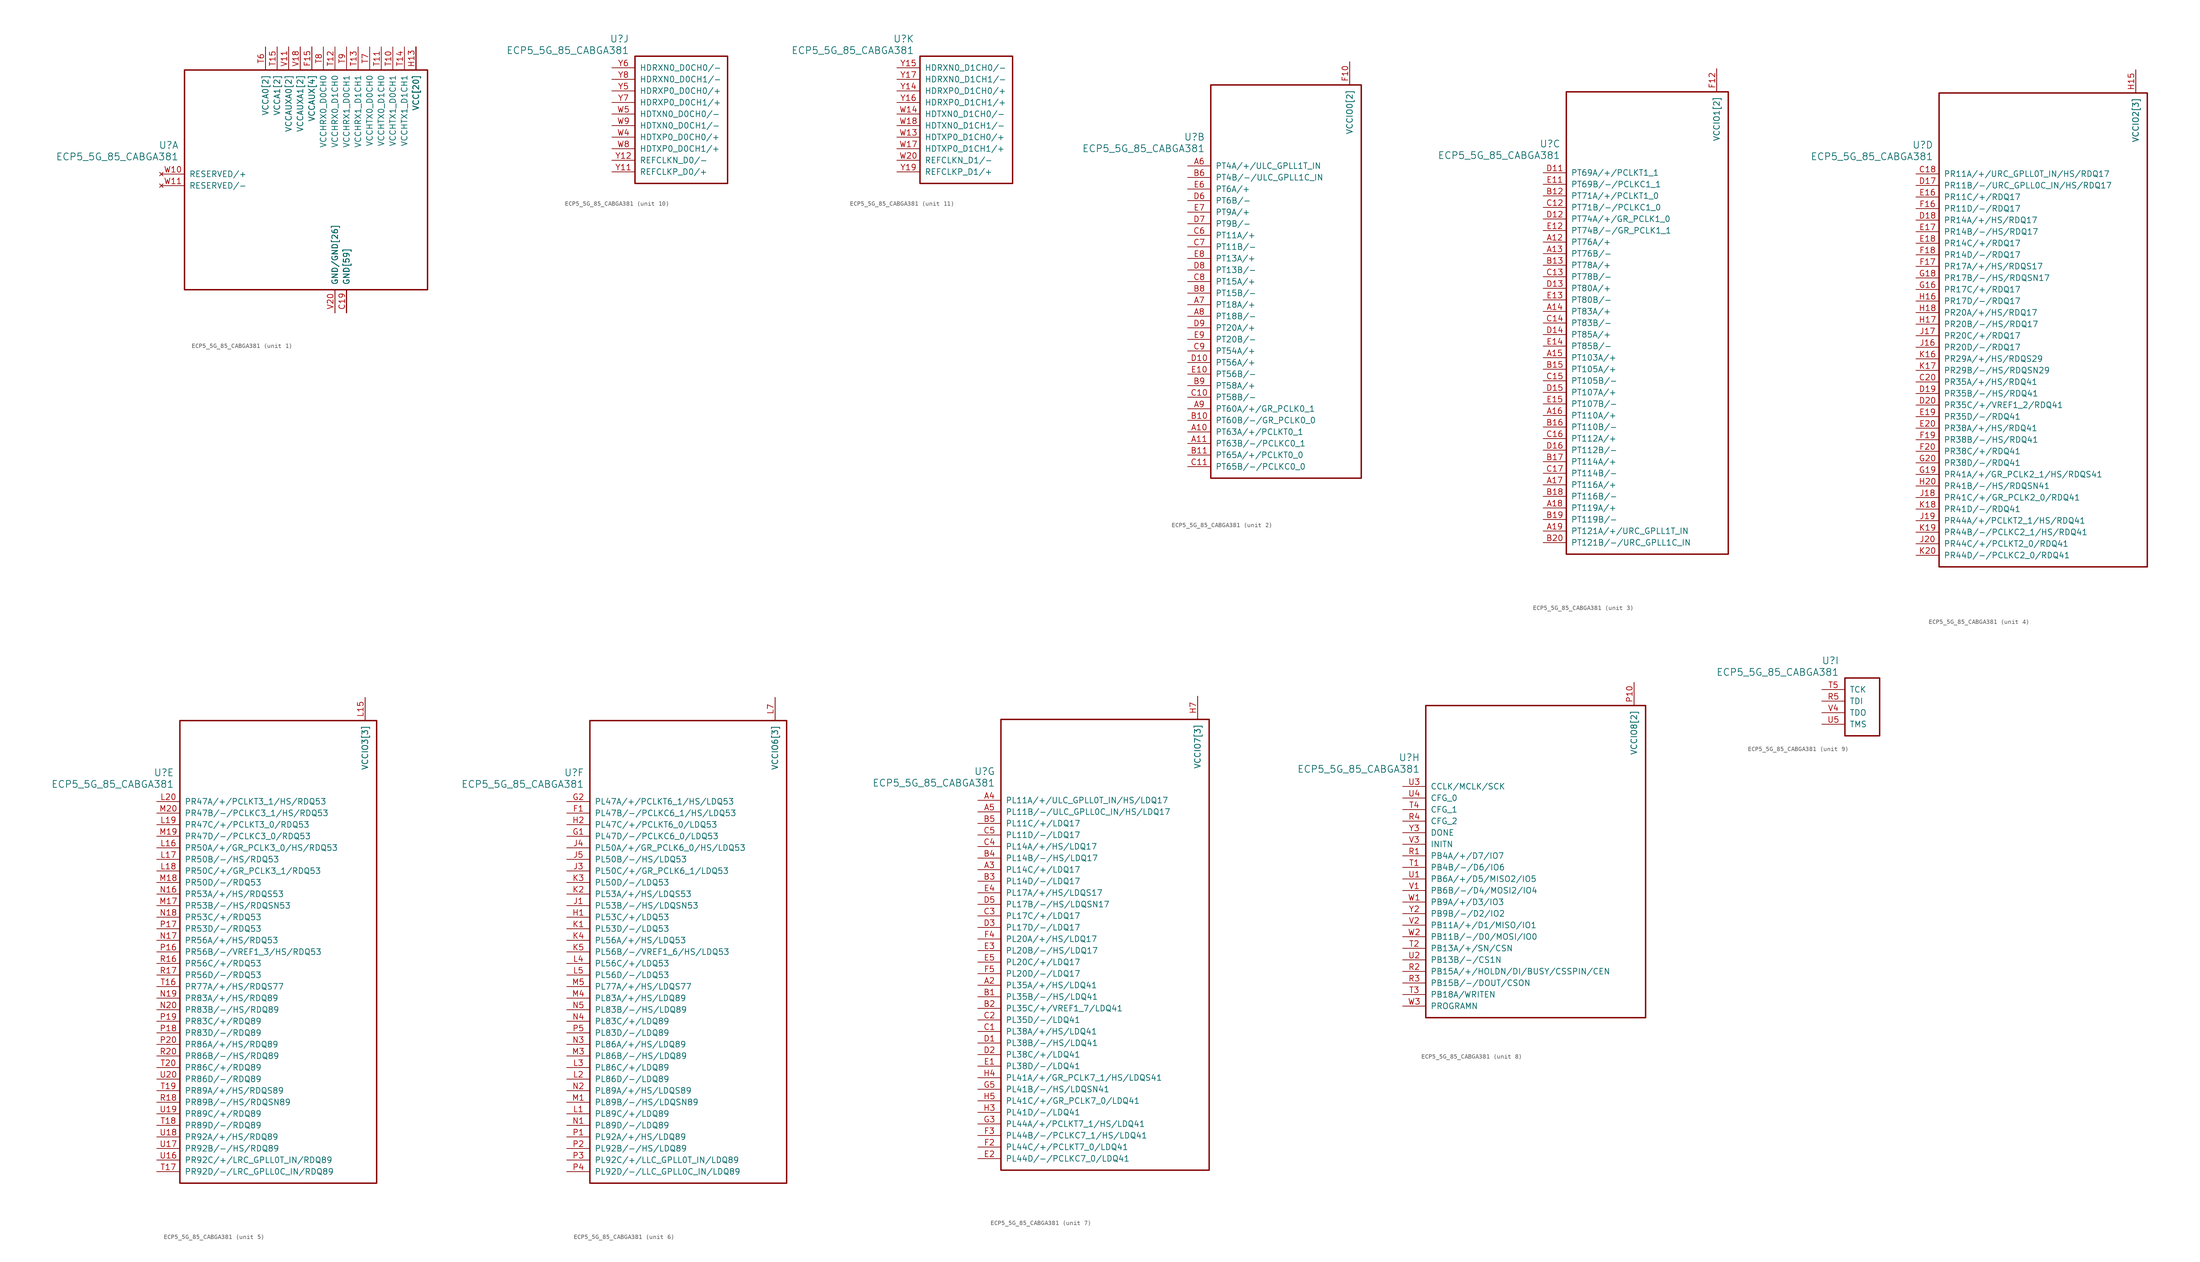
<source format=kicad_sym>
(kicad_symbol_lib
  (version 20211014)
  (generator kicad_symbol_editor)
  (symbol "ECP5_5G_85_CABGA381"
    (pin_names
      (offset 1.016))
    (property "Reference" "U"
      (at 3.81 6.35 0)
      (effects (font (size 1.524 1.524)) (justify right)))
    (property "Value" "ECP5_5G_85_CABGA381"
      (at 3.81 3.81 0)
      (effects (font (size 1.524 1.524)) (justify right)))
    (property "ki_locked" ""
      (at 0 0 0)
      (effects (font (size 1.27 1.27))))
    (symbol "ECP5_5G_85_CABGA381_1_1"
      (rectangle (start 5.08 22.86) (end 58.42 -25.4) (stroke (width 0.305) (type default) (color 0 0 0 0)) (fill (type none)))
      (pin power_in line (at 40.64 -30.48 90) (length 5.08) (name "GND[59]" (effects (font (size 1.27 1.27)))) (number "B14" (effects (font (size 0 0)))))
      (pin power_in line (at 40.64 -30.48 90) (length 5.08) (name "GND[59]" (effects (font (size 1.27 1.27)))) (number "B7" (effects (font (size 0 0)))))
      (pin power_in line (at 40.64 -30.48 90) (length 5.08) (name "GND[59]" (effects (font (size 1.27 1.27)))) (number "C19" (effects (font (size 1.27 1.27)))))
      (pin power_in line (at 40.64 -30.48 90) (length 5.08) (name "GND[59]" (effects (font (size 1.27 1.27)))) (number "D4" (effects (font (size 0 0)))))
      (pin power_in line (at 40.64 -30.48 90) (length 5.08) (name "GND[59]" (effects (font (size 1.27 1.27)))) (number "F13" (effects (font (size 0 0)))))
      (pin power_in line (at 40.64 -30.48 90) (length 5.08) (name "GND[59]" (effects (font (size 1.27 1.27)))) (number "F14" (effects (font (size 0 0)))))
      (pin power_in line (at 33.02 27.94 270) (length 5.08) (name "VCCAUX[4]" (effects (font (size 1.27 1.27)))) (number "F15" (effects (font (size 1.27 1.27)))))
      (pin power_in line (at 33.02 27.94 270) (length 5.08) (name "VCCAUX[4]" (effects (font (size 1.27 1.27)))) (number "F6" (effects (font (size 0 0)))))
      (pin power_in line (at 40.64 -30.48 90) (length 5.08) (name "GND[59]" (effects (font (size 1.27 1.27)))) (number "F7" (effects (font (size 0 0)))))
      (pin power_in line (at 40.64 -30.48 90) (length 5.08) (name "GND[59]" (effects (font (size 1.27 1.27)))) (number "F8" (effects (font (size 0 0)))))
      (pin power_in line (at 40.64 -30.48 90) (length 5.08) (name "GND[59]" (effects (font (size 1.27 1.27)))) (number "G10" (effects (font (size 0 0)))))
      (pin power_in line (at 40.64 -30.48 90) (length 5.08) (name "GND[59]" (effects (font (size 1.27 1.27)))) (number "G11" (effects (font (size 0 0)))))
      (pin power_in line (at 40.64 -30.48 90) (length 5.08) (name "GND[59]" (effects (font (size 1.27 1.27)))) (number "G12" (effects (font (size 0 0)))))
      (pin power_in line (at 40.64 -30.48 90) (length 5.08) (name "GND[59]" (effects (font (size 1.27 1.27)))) (number "G13" (effects (font (size 0 0)))))
      (pin power_in line (at 40.64 -30.48 90) (length 5.08) (name "GND[59]" (effects (font (size 1.27 1.27)))) (number "G14" (effects (font (size 0 0)))))
      (pin power_in line (at 40.64 -30.48 90) (length 5.08) (name "GND[59]" (effects (font (size 1.27 1.27)))) (number "G15" (effects (font (size 0 0)))))
      (pin power_in line (at 40.64 -30.48 90) (length 5.08) (name "GND[59]" (effects (font (size 1.27 1.27)))) (number "G17" (effects (font (size 0 0)))))
      (pin power_in line (at 40.64 -30.48 90) (length 5.08) (name "GND[59]" (effects (font (size 1.27 1.27)))) (number "G4" (effects (font (size 0 0)))))
      (pin power_in line (at 40.64 -30.48 90) (length 5.08) (name "GND[59]" (effects (font (size 1.27 1.27)))) (number "G6" (effects (font (size 0 0)))))
      (pin power_in line (at 40.64 -30.48 90) (length 5.08) (name "GND[59]" (effects (font (size 1.27 1.27)))) (number "G7" (effects (font (size 0 0)))))
      (pin power_in line (at 40.64 -30.48 90) (length 5.08) (name "GND[59]" (effects (font (size 1.27 1.27)))) (number "G8" (effects (font (size 0 0)))))
      (pin power_in line (at 40.64 -30.48 90) (length 5.08) (name "GND[59]" (effects (font (size 1.27 1.27)))) (number "G9" (effects (font (size 0 0)))))
      (pin power_in line (at 55.88 27.94 270) (length 5.08) (name "VCC[20]" (effects (font (size 1.27 1.27)))) (number "H10" (effects (font (size 0 0)))))
      (pin power_in line (at 55.88 27.94 270) (length 5.08) (name "VCC[20]" (effects (font (size 1.27 1.27)))) (number "H11" (effects (font (size 0 0)))))
      (pin power_in line (at 55.88 27.94 270) (length 5.08) (name "VCC[20]" (effects (font (size 1.27 1.27)))) (number "H12" (effects (font (size 0 0)))))
      (pin power_in line (at 55.88 27.94 270) (length 5.08) (name "VCC[20]" (effects (font (size 1.27 1.27)))) (number "H13" (effects (font (size 1.27 1.27)))))
      (pin power_in line (at 40.64 -30.48 90) (length 5.08) (name "GND[59]" (effects (font (size 1.27 1.27)))) (number "H19" (effects (font (size 0 0)))))
      (pin power_in line (at 55.88 27.94 270) (length 5.08) (name "VCC[20]" (effects (font (size 1.27 1.27)))) (number "H8" (effects (font (size 0 0)))))
      (pin power_in line (at 55.88 27.94 270) (length 5.08) (name "VCC[20]" (effects (font (size 1.27 1.27)))) (number "H9" (effects (font (size 0 0)))))
      (pin power_in line (at 40.64 -30.48 90) (length 5.08) (name "GND[59]" (effects (font (size 1.27 1.27)))) (number "J10" (effects (font (size 0 0)))))
      (pin power_in line (at 40.64 -30.48 90) (length 5.08) (name "GND[59]" (effects (font (size 1.27 1.27)))) (number "J11" (effects (font (size 0 0)))))
      (pin power_in line (at 40.64 -30.48 90) (length 5.08) (name "GND[59]" (effects (font (size 1.27 1.27)))) (number "J12" (effects (font (size 0 0)))))
      (pin power_in line (at 55.88 27.94 270) (length 5.08) (name "VCC[20]" (effects (font (size 1.27 1.27)))) (number "J13" (effects (font (size 0 0)))))
      (pin power_in line (at 40.64 -30.48 90) (length 5.08) (name "GND[59]" (effects (font (size 1.27 1.27)))) (number "J14" (effects (font (size 0 0)))))
      (pin power_in line (at 40.64 -30.48 90) (length 5.08) (name "GND[59]" (effects (font (size 1.27 1.27)))) (number "J2" (effects (font (size 0 0)))))
      (pin power_in line (at 40.64 -30.48 90) (length 5.08) (name "GND[59]" (effects (font (size 1.27 1.27)))) (number "J7" (effects (font (size 0 0)))))
      (pin power_in line (at 55.88 27.94 270) (length 5.08) (name "VCC[20]" (effects (font (size 1.27 1.27)))) (number "J8" (effects (font (size 0 0)))))
      (pin power_in line (at 40.64 -30.48 90) (length 5.08) (name "GND[59]" (effects (font (size 1.27 1.27)))) (number "J9" (effects (font (size 0 0)))))
      (pin power_in line (at 40.64 -30.48 90) (length 5.08) (name "GND[59]" (effects (font (size 1.27 1.27)))) (number "K10" (effects (font (size 0 0)))))
      (pin power_in line (at 40.64 -30.48 90) (length 5.08) (name "GND[59]" (effects (font (size 1.27 1.27)))) (number "K11" (effects (font (size 0 0)))))
      (pin power_in line (at 40.64 -30.48 90) (length 5.08) (name "GND[59]" (effects (font (size 1.27 1.27)))) (number "K12" (effects (font (size 0 0)))))
      (pin power_in line (at 55.88 27.94 270) (length 5.08) (name "VCC[20]" (effects (font (size 1.27 1.27)))) (number "K13" (effects (font (size 0 0)))))
      (pin power_in line (at 40.64 -30.48 90) (length 5.08) (name "GND[59]" (effects (font (size 1.27 1.27)))) (number "K14" (effects (font (size 0 0)))))
      (pin power_in line (at 40.64 -30.48 90) (length 5.08) (name "GND[59]" (effects (font (size 1.27 1.27)))) (number "K15" (effects (font (size 0 0)))))
      (pin power_in line (at 40.64 -30.48 90) (length 5.08) (name "GND[59]" (effects (font (size 1.27 1.27)))) (number "K6" (effects (font (size 0 0)))))
      (pin power_in line (at 40.64 -30.48 90) (length 5.08) (name "GND[59]" (effects (font (size 1.27 1.27)))) (number "K7" (effects (font (size 0 0)))))
      (pin power_in line (at 55.88 27.94 270) (length 5.08) (name "VCC[20]" (effects (font (size 1.27 1.27)))) (number "K8" (effects (font (size 0 0)))))
      (pin power_in line (at 40.64 -30.48 90) (length 5.08) (name "GND[59]" (effects (font (size 1.27 1.27)))) (number "K9" (effects (font (size 0 0)))))
      (pin power_in line (at 40.64 -30.48 90) (length 5.08) (name "GND[59]" (effects (font (size 1.27 1.27)))) (number "L10" (effects (font (size 0 0)))))
      (pin power_in line (at 40.64 -30.48 90) (length 5.08) (name "GND[59]" (effects (font (size 1.27 1.27)))) (number "L11" (effects (font (size 0 0)))))
      (pin power_in line (at 40.64 -30.48 90) (length 5.08) (name "GND[59]" (effects (font (size 1.27 1.27)))) (number "L12" (effects (font (size 0 0)))))
      (pin power_in line (at 55.88 27.94 270) (length 5.08) (name "VCC[20]" (effects (font (size 1.27 1.27)))) (number "L13" (effects (font (size 0 0)))))
      (pin power_in line (at 55.88 27.94 270) (length 5.08) (name "VCC[20]" (effects (font (size 1.27 1.27)))) (number "L8" (effects (font (size 0 0)))))
      (pin power_in line (at 40.64 -30.48 90) (length 5.08) (name "GND[59]" (effects (font (size 1.27 1.27)))) (number "L9" (effects (font (size 0 0)))))
      (pin power_in line (at 40.64 -30.48 90) (length 5.08) (name "GND[59]" (effects (font (size 1.27 1.27)))) (number "M10" (effects (font (size 0 0)))))
      (pin power_in line (at 40.64 -30.48 90) (length 5.08) (name "GND[59]" (effects (font (size 1.27 1.27)))) (number "M11" (effects (font (size 0 0)))))
      (pin power_in line (at 40.64 -30.48 90) (length 5.08) (name "GND[59]" (effects (font (size 1.27 1.27)))) (number "M12" (effects (font (size 0 0)))))
      (pin power_in line (at 55.88 27.94 270) (length 5.08) (name "VCC[20]" (effects (font (size 1.27 1.27)))) (number "M13" (effects (font (size 0 0)))))
      (pin power_in line (at 40.64 -30.48 90) (length 5.08) (name "GND[59]" (effects (font (size 1.27 1.27)))) (number "M14" (effects (font (size 0 0)))))
      (pin power_in line (at 40.64 -30.48 90) (length 5.08) (name "GND[59]" (effects (font (size 1.27 1.27)))) (number "M16" (effects (font (size 0 0)))))
      (pin power_in line (at 40.64 -30.48 90) (length 5.08) (name "GND[59]" (effects (font (size 1.27 1.27)))) (number "M2" (effects (font (size 0 0)))))
      (pin power_in line (at 40.64 -30.48 90) (length 5.08) (name "GND[59]" (effects (font (size 1.27 1.27)))) (number "M7" (effects (font (size 0 0)))))
      (pin power_in line (at 55.88 27.94 270) (length 5.08) (name "VCC[20]" (effects (font (size 1.27 1.27)))) (number "M8" (effects (font (size 0 0)))))
      (pin power_in line (at 40.64 -30.48 90) (length 5.08) (name "GND[59]" (effects (font (size 1.27 1.27)))) (number "M9" (effects (font (size 0 0)))))
      (pin power_in line (at 55.88 27.94 270) (length 5.08) (name "VCC[20]" (effects (font (size 1.27 1.27)))) (number "N10" (effects (font (size 0 0)))))
      (pin power_in line (at 55.88 27.94 270) (length 5.08) (name "VCC[20]" (effects (font (size 1.27 1.27)))) (number "N11" (effects (font (size 0 0)))))
      (pin power_in line (at 55.88 27.94 270) (length 5.08) (name "VCC[20]" (effects (font (size 1.27 1.27)))) (number "N12" (effects (font (size 0 0)))))
      (pin power_in line (at 55.88 27.94 270) (length 5.08) (name "VCC[20]" (effects (font (size 1.27 1.27)))) (number "N13" (effects (font (size 0 0)))))
      (pin power_in line (at 40.64 -30.48 90) (length 5.08) (name "GND[59]" (effects (font (size 1.27 1.27)))) (number "N14" (effects (font (size 0 0)))))
      (pin power_in line (at 40.64 -30.48 90) (length 5.08) (name "GND[59]" (effects (font (size 1.27 1.27)))) (number "N15" (effects (font (size 0 0)))))
      (pin power_in line (at 40.64 -30.48 90) (length 5.08) (name "GND[59]" (effects (font (size 1.27 1.27)))) (number "N6" (effects (font (size 0 0)))))
      (pin power_in line (at 40.64 -30.48 90) (length 5.08) (name "GND[59]" (effects (font (size 1.27 1.27)))) (number "N7" (effects (font (size 0 0)))))
      (pin power_in line (at 55.88 27.94 270) (length 5.08) (name "VCC[20]" (effects (font (size 1.27 1.27)))) (number "N8" (effects (font (size 0 0)))))
      (pin power_in line (at 55.88 27.94 270) (length 5.08) (name "VCC[20]" (effects (font (size 1.27 1.27)))) (number "N9" (effects (font (size 0 0)))))
      (pin power_in line (at 40.64 -30.48 90) (length 5.08) (name "GND[59]" (effects (font (size 1.27 1.27)))) (number "P11" (effects (font (size 0 0)))))
      (pin power_in line (at 40.64 -30.48 90) (length 5.08) (name "GND[59]" (effects (font (size 1.27 1.27)))) (number "P12" (effects (font (size 0 0)))))
      (pin power_in line (at 40.64 -30.48 90) (length 5.08) (name "GND[59]" (effects (font (size 1.27 1.27)))) (number "P13" (effects (font (size 0 0)))))
      (pin power_in line (at 40.64 -30.48 90) (length 5.08) (name "GND[59]" (effects (font (size 1.27 1.27)))) (number "P14" (effects (font (size 0 0)))))
      (pin power_in line (at 33.02 27.94 270) (length 5.08) (name "VCCAUX[4]" (effects (font (size 1.27 1.27)))) (number "P15" (effects (font (size 0 0)))))
      (pin power_in line (at 33.02 27.94 270) (length 5.08) (name "VCCAUX[4]" (effects (font (size 1.27 1.27)))) (number "P6" (effects (font (size 0 0)))))
      (pin power_in line (at 40.64 -30.48 90) (length 5.08) (name "GND[59]" (effects (font (size 1.27 1.27)))) (number "P7" (effects (font (size 0 0)))))
      (pin power_in line (at 40.64 -30.48 90) (length 5.08) (name "GND[59]" (effects (font (size 1.27 1.27)))) (number "P8" (effects (font (size 0 0)))))
      (pin power_in line (at 40.64 -30.48 90) (length 5.08) (name "GND[59]" (effects (font (size 1.27 1.27)))) (number "R19" (effects (font (size 0 0)))))
      (pin power_in line (at 50.8 27.94 270) (length 5.08) (name "VCCHTX1_D0CH1" (effects (font (size 1.27 1.27)))) (number "T10" (effects (font (size 1.27 1.27)))))
      (pin power_in line (at 48.26 27.94 270) (length 5.08) (name "VCCHTX0_D1CH0" (effects (font (size 1.27 1.27)))) (number "T11" (effects (font (size 1.27 1.27)))))
      (pin power_in line (at 38.1 27.94 270) (length 5.08) (name "VCCHRX0_D1CH0" (effects (font (size 1.27 1.27)))) (number "T12" (effects (font (size 1.27 1.27)))))
      (pin power_in line (at 43.18 27.94 270) (length 5.08) (name "VCCHRX1_D1CH1" (effects (font (size 1.27 1.27)))) (number "T13" (effects (font (size 1.27 1.27)))))
      (pin power_in line (at 53.34 27.94 270) (length 5.08) (name "VCCHTX1_D1CH1" (effects (font (size 1.27 1.27)))) (number "T14" (effects (font (size 1.27 1.27)))))
      (pin power_in line (at 25.4 27.94 270) (length 5.08) (name "VCCA1[2]" (effects (font (size 1.27 1.27)))) (number "T15" (effects (font (size 1.27 1.27)))))
      (pin power_in line (at 22.86 27.94 270) (length 5.08) (name "VCCA0[2]" (effects (font (size 1.27 1.27)))) (number "T6" (effects (font (size 1.27 1.27)))))
      (pin power_in line (at 45.72 27.94 270) (length 5.08) (name "VCCHTX0_D0CH0" (effects (font (size 1.27 1.27)))) (number "T7" (effects (font (size 1.27 1.27)))))
      (pin power_in line (at 35.56 27.94 270) (length 5.08) (name "VCCHRX0_D0CH0" (effects (font (size 1.27 1.27)))) (number "T8" (effects (font (size 1.27 1.27)))))
      (pin power_in line (at 40.64 27.94 270) (length 5.08) (name "VCCHRX1_D0CH1" (effects (font (size 1.27 1.27)))) (number "T9" (effects (font (size 1.27 1.27)))))
      (pin power_in line (at 38.1 -30.48 90) (length 5.08) (name "GND/GND[26]" (effects (font (size 1.27 1.27)))) (number "U10" (effects (font (size 0 0)))))
      (pin power_in line (at 38.1 -30.48 90) (length 5.08) (name "GND/GND[26]" (effects (font (size 1.27 1.27)))) (number "U11" (effects (font (size 0 0)))))
      (pin power_in line (at 38.1 -30.48 90) (length 5.08) (name "GND/GND[26]" (effects (font (size 1.27 1.27)))) (number "U12" (effects (font (size 0 0)))))
      (pin power_in line (at 38.1 -30.48 90) (length 5.08) (name "GND/GND[26]" (effects (font (size 1.27 1.27)))) (number "U13" (effects (font (size 0 0)))))
      (pin power_in line (at 38.1 -30.48 90) (length 5.08) (name "GND/GND[26]" (effects (font (size 1.27 1.27)))) (number "U14" (effects (font (size 0 0)))))
      (pin power_in line (at 25.4 27.94 270) (length 5.08) (name "VCCA1[2]" (effects (font (size 1.27 1.27)))) (number "U15" (effects (font (size 0 0)))))
      (pin power_in line (at 22.86 27.94 270) (length 5.08) (name "VCCA0[2]" (effects (font (size 1.27 1.27)))) (number "U6" (effects (font (size 0 0)))))
      (pin power_in line (at 38.1 -30.48 90) (length 5.08) (name "GND/GND[26]" (effects (font (size 1.27 1.27)))) (number "U7" (effects (font (size 0 0)))))
      (pin power_in line (at 38.1 -30.48 90) (length 5.08) (name "GND/GND[26]" (effects (font (size 1.27 1.27)))) (number "U8" (effects (font (size 0 0)))))
      (pin power_in line (at 38.1 -30.48 90) (length 5.08) (name "GND/GND[26]" (effects (font (size 1.27 1.27)))) (number "U9" (effects (font (size 0 0)))))
      (pin power_in line (at 27.94 27.94 270) (length 5.08) (name "VCCAUXA0[2]" (effects (font (size 1.27 1.27)))) (number "V10" (effects (font (size 0 0)))))
      (pin power_in line (at 27.94 27.94 270) (length 5.08) (name "VCCAUXA0[2]" (effects (font (size 1.27 1.27)))) (number "V11" (effects (font (size 1.27 1.27)))))
      (pin power_in line (at 38.1 -30.48 90) (length 5.08) (name "GND/GND[26]" (effects (font (size 1.27 1.27)))) (number "V12" (effects (font (size 0 0)))))
      (pin power_in line (at 38.1 -30.48 90) (length 5.08) (name "GND/GND[26]" (effects (font (size 1.27 1.27)))) (number "V13" (effects (font (size 0 0)))))
      (pin power_in line (at 38.1 -30.48 90) (length 5.08) (name "GND/GND[26]" (effects (font (size 1.27 1.27)))) (number "V14" (effects (font (size 0 0)))))
      (pin power_in line (at 38.1 -30.48 90) (length 5.08) (name "GND/GND[26]" (effects (font (size 1.27 1.27)))) (number "V15" (effects (font (size 0 0)))))
      (pin power_in line (at 38.1 -30.48 90) (length 5.08) (name "GND/GND[26]" (effects (font (size 1.27 1.27)))) (number "V16" (effects (font (size 0 0)))))
      (pin power_in line (at 30.48 27.94 270) (length 5.08) (name "VCCAUXA1[2]" (effects (font (size 1.27 1.27)))) (number "V17" (effects (font (size 0 0)))))
      (pin power_in line (at 30.48 27.94 270) (length 5.08) (name "VCCAUXA1[2]" (effects (font (size 1.27 1.27)))) (number "V18" (effects (font (size 1.27 1.27)))))
      (pin power_in line (at 38.1 -30.48 90) (length 5.08) (name "GND/GND[26]" (effects (font (size 1.27 1.27)))) (number "V19" (effects (font (size 0 0)))))
      (pin power_in line (at 38.1 -30.48 90) (length 5.08) (name "GND/GND[26]" (effects (font (size 1.27 1.27)))) (number "V20" (effects (font (size 1.27 1.27)))))
      (pin power_in line (at 38.1 -30.48 90) (length 5.08) (name "GND/GND[26]" (effects (font (size 1.27 1.27)))) (number "V5" (effects (font (size 0 0)))))
      (pin power_in line (at 38.1 -30.48 90) (length 5.08) (name "GND/GND[26]" (effects (font (size 1.27 1.27)))) (number "V6" (effects (font (size 0 0)))))
      (pin power_in line (at 38.1 -30.48 90) (length 5.08) (name "GND/GND[26]" (effects (font (size 1.27 1.27)))) (number "V7" (effects (font (size 0 0)))))
      (pin power_in line (at 38.1 -30.48 90) (length 5.08) (name "GND/GND[26]" (effects (font (size 1.27 1.27)))) (number "V8" (effects (font (size 0 0)))))
      (pin power_in line (at 38.1 -30.48 90) (length 5.08) (name "GND/GND[26]" (effects (font (size 1.27 1.27)))) (number "V9" (effects (font (size 0 0)))))
      (pin no_connect line (at 0 0 0) (length 5.08) (name "RESERVED/+" (effects (font (size 1.27 1.27)))) (number "W10" (effects (font (size 1.27 1.27)))))
      (pin no_connect line (at 0 -2.54 0) (length 5.08) (name "RESERVED/-" (effects (font (size 1.27 1.27)))) (number "W11" (effects (font (size 1.27 1.27)))))
      (pin power_in line (at 38.1 -30.48 90) (length 5.08) (name "GND/GND[26]" (effects (font (size 1.27 1.27)))) (number "W12" (effects (font (size 0 0)))))
      (pin power_in line (at 38.1 -30.48 90) (length 5.08) (name "GND/GND[26]" (effects (font (size 1.27 1.27)))) (number "W15" (effects (font (size 0 0)))))
      (pin power_in line (at 38.1 -30.48 90) (length 5.08) (name "GND/GND[26]" (effects (font (size 1.27 1.27)))) (number "W16" (effects (font (size 0 0)))))
      (pin power_in line (at 38.1 -30.48 90) (length 5.08) (name "GND/GND[26]" (effects (font (size 1.27 1.27)))) (number "W19" (effects (font (size 0 0)))))
      (pin power_in line (at 38.1 -30.48 90) (length 5.08) (name "GND/GND[26]" (effects (font (size 1.27 1.27)))) (number "W6" (effects (font (size 0 0)))))
      (pin power_in line (at 38.1 -30.48 90) (length 5.08) (name "GND/GND[26]" (effects (font (size 1.27 1.27)))) (number "W7" (effects (font (size 0 0))))))
    (symbol "ECP5_5G_85_CABGA381_2_1"
      (rectangle (start 5.08 17.78) (end 38.1 -68.58) (stroke (width 0.305) (type default) (color 0 0 0 0)) (fill (type none)))
      (pin bidirectional line (at 0 -58.42 0) (length 5.08) (name "PT63A/+/PCLKT0_1" (effects (font (size 1.27 1.27)))) (number "A10" (effects (font (size 1.27 1.27)))))
      (pin bidirectional line (at 0 -60.96 0) (length 5.08) (name "PT63B/-/PCLKC0_1" (effects (font (size 1.27 1.27)))) (number "A11" (effects (font (size 1.27 1.27)))))
      (pin bidirectional line (at 0 0 0) (length 5.08) (name "PT4A/+/ULC_GPLL1T_IN" (effects (font (size 1.27 1.27)))) (number "A6" (effects (font (size 1.27 1.27)))))
      (pin bidirectional line (at 0 -30.48 0) (length 5.08) (name "PT18A/+" (effects (font (size 1.27 1.27)))) (number "A7" (effects (font (size 1.27 1.27)))))
      (pin bidirectional line (at 0 -33.02 0) (length 5.08) (name "PT18B/-" (effects (font (size 1.27 1.27)))) (number "A8" (effects (font (size 1.27 1.27)))))
      (pin bidirectional line (at 0 -53.34 0) (length 5.08) (name "PT60A/+/GR_PCLK0_1" (effects (font (size 1.27 1.27)))) (number "A9" (effects (font (size 1.27 1.27)))))
      (pin bidirectional line (at 0 -55.88 0) (length 5.08) (name "PT60B/-/GR_PCLK0_0" (effects (font (size 1.27 1.27)))) (number "B10" (effects (font (size 1.27 1.27)))))
      (pin bidirectional line (at 0 -63.5 0) (length 5.08) (name "PT65A/+/PCLKT0_0" (effects (font (size 1.27 1.27)))) (number "B11" (effects (font (size 1.27 1.27)))))
      (pin bidirectional line (at 0 -2.54 0) (length 5.08) (name "PT4B/-/ULC_GPLL1C_IN" (effects (font (size 1.27 1.27)))) (number "B6" (effects (font (size 1.27 1.27)))))
      (pin bidirectional line (at 0 -27.94 0) (length 5.08) (name "PT15B/-" (effects (font (size 1.27 1.27)))) (number "B8" (effects (font (size 1.27 1.27)))))
      (pin bidirectional line (at 0 -48.26 0) (length 5.08) (name "PT58A/+" (effects (font (size 1.27 1.27)))) (number "B9" (effects (font (size 1.27 1.27)))))
      (pin bidirectional line (at 0 -50.8 0) (length 5.08) (name "PT58B/-" (effects (font (size 1.27 1.27)))) (number "C10" (effects (font (size 1.27 1.27)))))
      (pin bidirectional line (at 0 -66.04 0) (length 5.08) (name "PT65B/-/PCLKC0_0" (effects (font (size 1.27 1.27)))) (number "C11" (effects (font (size 1.27 1.27)))))
      (pin bidirectional line (at 0 -15.24 0) (length 5.08) (name "PT11A/+" (effects (font (size 1.27 1.27)))) (number "C6" (effects (font (size 1.27 1.27)))))
      (pin bidirectional line (at 0 -17.78 0) (length 5.08) (name "PT11B/-" (effects (font (size 1.27 1.27)))) (number "C7" (effects (font (size 1.27 1.27)))))
      (pin bidirectional line (at 0 -25.4 0) (length 5.08) (name "PT15A/+" (effects (font (size 1.27 1.27)))) (number "C8" (effects (font (size 1.27 1.27)))))
      (pin bidirectional line (at 0 -40.64 0) (length 5.08) (name "PT54A/+" (effects (font (size 1.27 1.27)))) (number "C9" (effects (font (size 1.27 1.27)))))
      (pin bidirectional line (at 0 -43.18 0) (length 5.08) (name "PT56A/+" (effects (font (size 1.27 1.27)))) (number "D10" (effects (font (size 1.27 1.27)))))
      (pin bidirectional line (at 0 -7.62 0) (length 5.08) (name "PT6B/-" (effects (font (size 1.27 1.27)))) (number "D6" (effects (font (size 1.27 1.27)))))
      (pin bidirectional line (at 0 -12.7 0) (length 5.08) (name "PT9B/-" (effects (font (size 1.27 1.27)))) (number "D7" (effects (font (size 1.27 1.27)))))
      (pin bidirectional line (at 0 -22.86 0) (length 5.08) (name "PT13B/-" (effects (font (size 1.27 1.27)))) (number "D8" (effects (font (size 1.27 1.27)))))
      (pin bidirectional line (at 0 -35.56 0) (length 5.08) (name "PT20A/+" (effects (font (size 1.27 1.27)))) (number "D9" (effects (font (size 1.27 1.27)))))
      (pin bidirectional line (at 0 -45.72 0) (length 5.08) (name "PT56B/-" (effects (font (size 1.27 1.27)))) (number "E10" (effects (font (size 1.27 1.27)))))
      (pin bidirectional line (at 0 -5.08 0) (length 5.08) (name "PT6A/+" (effects (font (size 1.27 1.27)))) (number "E6" (effects (font (size 1.27 1.27)))))
      (pin bidirectional line (at 0 -10.16 0) (length 5.08) (name "PT9A/+" (effects (font (size 1.27 1.27)))) (number "E7" (effects (font (size 1.27 1.27)))))
      (pin bidirectional line (at 0 -20.32 0) (length 5.08) (name "PT13A/+" (effects (font (size 1.27 1.27)))) (number "E8" (effects (font (size 1.27 1.27)))))
      (pin bidirectional line (at 0 -38.1 0) (length 5.08) (name "PT20B/-" (effects (font (size 1.27 1.27)))) (number "E9" (effects (font (size 1.27 1.27)))))
      (pin power_in line (at 35.56 22.86 270) (length 5.08) (name "VCCIO0[2]" (effects (font (size 1.27 1.27)))) (number "F10" (effects (font (size 1.27 1.27)))))
      (pin power_in line (at 35.56 22.86 270) (length 5.08) (name "VCCIO0[2]" (effects (font (size 1.27 1.27)))) (number "F9" (effects (font (size 0 0))))))
    (symbol "ECP5_5G_85_CABGA381_3_1"
      (rectangle (start 5.08 17.78) (end 40.64 -83.82) (stroke (width 0.305) (type default) (color 0 0 0 0)) (fill (type none)))
      (pin bidirectional line (at 0 -15.24 0) (length 5.08) (name "PT76A/+" (effects (font (size 1.27 1.27)))) (number "A12" (effects (font (size 1.27 1.27)))))
      (pin bidirectional line (at 0 -17.78 0) (length 5.08) (name "PT76B/-" (effects (font (size 1.27 1.27)))) (number "A13" (effects (font (size 1.27 1.27)))))
      (pin bidirectional line (at 0 -30.48 0) (length 5.08) (name "PT83A/+" (effects (font (size 1.27 1.27)))) (number "A14" (effects (font (size 1.27 1.27)))))
      (pin bidirectional line (at 0 -40.64 0) (length 5.08) (name "PT103A/+" (effects (font (size 1.27 1.27)))) (number "A15" (effects (font (size 1.27 1.27)))))
      (pin bidirectional line (at 0 -53.34 0) (length 5.08) (name "PT110A/+" (effects (font (size 1.27 1.27)))) (number "A16" (effects (font (size 1.27 1.27)))))
      (pin bidirectional line (at 0 -68.58 0) (length 5.08) (name "PT116A/+" (effects (font (size 1.27 1.27)))) (number "A17" (effects (font (size 1.27 1.27)))))
      (pin bidirectional line (at 0 -73.66 0) (length 5.08) (name "PT119A/+" (effects (font (size 1.27 1.27)))) (number "A18" (effects (font (size 1.27 1.27)))))
      (pin bidirectional line (at 0 -78.74 0) (length 5.08) (name "PT121A/+/URC_GPLL1T_IN" (effects (font (size 1.27 1.27)))) (number "A19" (effects (font (size 1.27 1.27)))))
      (pin bidirectional line (at 0 -5.08 0) (length 5.08) (name "PT71A/+/PCLKT1_0" (effects (font (size 1.27 1.27)))) (number "B12" (effects (font (size 1.27 1.27)))))
      (pin bidirectional line (at 0 -20.32 0) (length 5.08) (name "PT78A/+" (effects (font (size 1.27 1.27)))) (number "B13" (effects (font (size 1.27 1.27)))))
      (pin bidirectional line (at 0 -43.18 0) (length 5.08) (name "PT105A/+" (effects (font (size 1.27 1.27)))) (number "B15" (effects (font (size 1.27 1.27)))))
      (pin bidirectional line (at 0 -55.88 0) (length 5.08) (name "PT110B/-" (effects (font (size 1.27 1.27)))) (number "B16" (effects (font (size 1.27 1.27)))))
      (pin bidirectional line (at 0 -63.5 0) (length 5.08) (name "PT114A/+" (effects (font (size 1.27 1.27)))) (number "B17" (effects (font (size 1.27 1.27)))))
      (pin bidirectional line (at 0 -71.12 0) (length 5.08) (name "PT116B/-" (effects (font (size 1.27 1.27)))) (number "B18" (effects (font (size 1.27 1.27)))))
      (pin bidirectional line (at 0 -76.2 0) (length 5.08) (name "PT119B/-" (effects (font (size 1.27 1.27)))) (number "B19" (effects (font (size 1.27 1.27)))))
      (pin bidirectional line (at 0 -81.28 0) (length 5.08) (name "PT121B/-/URC_GPLL1C_IN" (effects (font (size 1.27 1.27)))) (number "B20" (effects (font (size 1.27 1.27)))))
      (pin bidirectional line (at 0 -7.62 0) (length 5.08) (name "PT71B/-/PCLKC1_0" (effects (font (size 1.27 1.27)))) (number "C12" (effects (font (size 1.27 1.27)))))
      (pin bidirectional line (at 0 -22.86 0) (length 5.08) (name "PT78B/-" (effects (font (size 1.27 1.27)))) (number "C13" (effects (font (size 1.27 1.27)))))
      (pin bidirectional line (at 0 -33.02 0) (length 5.08) (name "PT83B/-" (effects (font (size 1.27 1.27)))) (number "C14" (effects (font (size 1.27 1.27)))))
      (pin bidirectional line (at 0 -45.72 0) (length 5.08) (name "PT105B/-" (effects (font (size 1.27 1.27)))) (number "C15" (effects (font (size 1.27 1.27)))))
      (pin bidirectional line (at 0 -58.42 0) (length 5.08) (name "PT112A/+" (effects (font (size 1.27 1.27)))) (number "C16" (effects (font (size 1.27 1.27)))))
      (pin bidirectional line (at 0 -66.04 0) (length 5.08) (name "PT114B/-" (effects (font (size 1.27 1.27)))) (number "C17" (effects (font (size 1.27 1.27)))))
      (pin bidirectional line (at 0 0 0) (length 5.08) (name "PT69A/+/PCLKT1_1" (effects (font (size 1.27 1.27)))) (number "D11" (effects (font (size 1.27 1.27)))))
      (pin bidirectional line (at 0 -10.16 0) (length 5.08) (name "PT74A/+/GR_PCLK1_0" (effects (font (size 1.27 1.27)))) (number "D12" (effects (font (size 1.27 1.27)))))
      (pin bidirectional line (at 0 -25.4 0) (length 5.08) (name "PT80A/+" (effects (font (size 1.27 1.27)))) (number "D13" (effects (font (size 1.27 1.27)))))
      (pin bidirectional line (at 0 -35.56 0) (length 5.08) (name "PT85A/+" (effects (font (size 1.27 1.27)))) (number "D14" (effects (font (size 1.27 1.27)))))
      (pin bidirectional line (at 0 -48.26 0) (length 5.08) (name "PT107A/+" (effects (font (size 1.27 1.27)))) (number "D15" (effects (font (size 1.27 1.27)))))
      (pin bidirectional line (at 0 -60.96 0) (length 5.08) (name "PT112B/-" (effects (font (size 1.27 1.27)))) (number "D16" (effects (font (size 1.27 1.27)))))
      (pin bidirectional line (at 0 -2.54 0) (length 5.08) (name "PT69B/-/PCLKC1_1" (effects (font (size 1.27 1.27)))) (number "E11" (effects (font (size 1.27 1.27)))))
      (pin bidirectional line (at 0 -12.7 0) (length 5.08) (name "PT74B/-/GR_PCLK1_1" (effects (font (size 1.27 1.27)))) (number "E12" (effects (font (size 1.27 1.27)))))
      (pin bidirectional line (at 0 -27.94 0) (length 5.08) (name "PT80B/-" (effects (font (size 1.27 1.27)))) (number "E13" (effects (font (size 1.27 1.27)))))
      (pin bidirectional line (at 0 -38.1 0) (length 5.08) (name "PT85B/-" (effects (font (size 1.27 1.27)))) (number "E14" (effects (font (size 1.27 1.27)))))
      (pin bidirectional line (at 0 -50.8 0) (length 5.08) (name "PT107B/-" (effects (font (size 1.27 1.27)))) (number "E15" (effects (font (size 1.27 1.27)))))
      (pin power_in line (at 38.1 22.86 270) (length 5.08) (name "VCCIO1[2]" (effects (font (size 1.27 1.27)))) (number "F11" (effects (font (size 0 0)))))
      (pin power_in line (at 38.1 22.86 270) (length 5.08) (name "VCCIO1[2]" (effects (font (size 1.27 1.27)))) (number "F12" (effects (font (size 1.27 1.27))))))
    (symbol "ECP5_5G_85_CABGA381_4_1"
      (rectangle (start 5.08 17.78) (end 50.8 -86.36) (stroke (width 0.305) (type default) (color 0 0 0 0)) (fill (type none)))
      (pin bidirectional line (at 0 0 0) (length 5.08) (name "PR11A/+/URC_GPLL0T_IN/HS/RDQ17" (effects (font (size 1.27 1.27)))) (number "C18" (effects (font (size 1.27 1.27)))))
      (pin bidirectional line (at 0 -45.72 0) (length 5.08) (name "PR35A/+/HS/RDQ41" (effects (font (size 1.27 1.27)))) (number "C20" (effects (font (size 1.27 1.27)))))
      (pin bidirectional line (at 0 -2.54 0) (length 5.08) (name "PR11B/-/URC_GPLL0C_IN/HS/RDQ17" (effects (font (size 1.27 1.27)))) (number "D17" (effects (font (size 1.27 1.27)))))
      (pin bidirectional line (at 0 -10.16 0) (length 5.08) (name "PR14A/+/HS/RDQ17" (effects (font (size 1.27 1.27)))) (number "D18" (effects (font (size 1.27 1.27)))))
      (pin bidirectional line (at 0 -48.26 0) (length 5.08) (name "PR35B/-/HS/RDQ41" (effects (font (size 1.27 1.27)))) (number "D19" (effects (font (size 1.27 1.27)))))
      (pin bidirectional line (at 0 -50.8 0) (length 5.08) (name "PR35C/+/VREF1_2/RDQ41" (effects (font (size 1.27 1.27)))) (number "D20" (effects (font (size 1.27 1.27)))))
      (pin bidirectional line (at 0 -5.08 0) (length 5.08) (name "PR11C/+/RDQ17" (effects (font (size 1.27 1.27)))) (number "E16" (effects (font (size 1.27 1.27)))))
      (pin bidirectional line (at 0 -12.7 0) (length 5.08) (name "PR14B/-/HS/RDQ17" (effects (font (size 1.27 1.27)))) (number "E17" (effects (font (size 1.27 1.27)))))
      (pin bidirectional line (at 0 -15.24 0) (length 5.08) (name "PR14C/+/RDQ17" (effects (font (size 1.27 1.27)))) (number "E18" (effects (font (size 1.27 1.27)))))
      (pin bidirectional line (at 0 -53.34 0) (length 5.08) (name "PR35D/-/RDQ41" (effects (font (size 1.27 1.27)))) (number "E19" (effects (font (size 1.27 1.27)))))
      (pin bidirectional line (at 0 -55.88 0) (length 5.08) (name "PR38A/+/HS/RDQ41" (effects (font (size 1.27 1.27)))) (number "E20" (effects (font (size 1.27 1.27)))))
      (pin bidirectional line (at 0 -7.62 0) (length 5.08) (name "PR11D/-/RDQ17" (effects (font (size 1.27 1.27)))) (number "F16" (effects (font (size 1.27 1.27)))))
      (pin bidirectional line (at 0 -20.32 0) (length 5.08) (name "PR17A/+/HS/RDQS17" (effects (font (size 1.27 1.27)))) (number "F17" (effects (font (size 1.27 1.27)))))
      (pin bidirectional line (at 0 -17.78 0) (length 5.08) (name "PR14D/-/RDQ17" (effects (font (size 1.27 1.27)))) (number "F18" (effects (font (size 1.27 1.27)))))
      (pin bidirectional line (at 0 -58.42 0) (length 5.08) (name "PR38B/-/HS/RDQ41" (effects (font (size 1.27 1.27)))) (number "F19" (effects (font (size 1.27 1.27)))))
      (pin bidirectional line (at 0 -60.96 0) (length 5.08) (name "PR38C/+/RDQ41" (effects (font (size 1.27 1.27)))) (number "F20" (effects (font (size 1.27 1.27)))))
      (pin bidirectional line (at 0 -25.4 0) (length 5.08) (name "PR17C/+/RDQ17" (effects (font (size 1.27 1.27)))) (number "G16" (effects (font (size 1.27 1.27)))))
      (pin bidirectional line (at 0 -22.86 0) (length 5.08) (name "PR17B/-/HS/RDQSN17" (effects (font (size 1.27 1.27)))) (number "G18" (effects (font (size 1.27 1.27)))))
      (pin bidirectional line (at 0 -66.04 0) (length 5.08) (name "PR41A/+/GR_PCLK2_1/HS/RDQS41" (effects (font (size 1.27 1.27)))) (number "G19" (effects (font (size 1.27 1.27)))))
      (pin bidirectional line (at 0 -63.5 0) (length 5.08) (name "PR38D/-/RDQ41" (effects (font (size 1.27 1.27)))) (number "G20" (effects (font (size 1.27 1.27)))))
      (pin power_in line (at 48.26 22.86 270) (length 5.08) (name "VCCIO2[3]" (effects (font (size 1.27 1.27)))) (number "H14" (effects (font (size 0 0)))))
      (pin power_in line (at 48.26 22.86 270) (length 5.08) (name "VCCIO2[3]" (effects (font (size 1.27 1.27)))) (number "H15" (effects (font (size 1.27 1.27)))))
      (pin bidirectional line (at 0 -27.94 0) (length 5.08) (name "PR17D/-/RDQ17" (effects (font (size 1.27 1.27)))) (number "H16" (effects (font (size 1.27 1.27)))))
      (pin bidirectional line (at 0 -33.02 0) (length 5.08) (name "PR20B/-/HS/RDQ17" (effects (font (size 1.27 1.27)))) (number "H17" (effects (font (size 1.27 1.27)))))
      (pin bidirectional line (at 0 -30.48 0) (length 5.08) (name "PR20A/+/HS/RDQ17" (effects (font (size 1.27 1.27)))) (number "H18" (effects (font (size 1.27 1.27)))))
      (pin bidirectional line (at 0 -68.58 0) (length 5.08) (name "PR41B/-/HS/RDQSN41" (effects (font (size 1.27 1.27)))) (number "H20" (effects (font (size 1.27 1.27)))))
      (pin power_in line (at 48.26 22.86 270) (length 5.08) (name "VCCIO2[3]" (effects (font (size 1.27 1.27)))) (number "J15" (effects (font (size 0 0)))))
      (pin bidirectional line (at 0 -38.1 0) (length 5.08) (name "PR20D/-/RDQ17" (effects (font (size 1.27 1.27)))) (number "J16" (effects (font (size 1.27 1.27)))))
      (pin bidirectional line (at 0 -35.56 0) (length 5.08) (name "PR20C/+/RDQ17" (effects (font (size 1.27 1.27)))) (number "J17" (effects (font (size 1.27 1.27)))))
      (pin bidirectional line (at 0 -71.12 0) (length 5.08) (name "PR41C/+/GR_PCLK2_0/RDQ41" (effects (font (size 1.27 1.27)))) (number "J18" (effects (font (size 1.27 1.27)))))
      (pin bidirectional line (at 0 -76.2 0) (length 5.08) (name "PR44A/+/PCLKT2_1/HS/RDQ41" (effects (font (size 1.27 1.27)))) (number "J19" (effects (font (size 1.27 1.27)))))
      (pin bidirectional line (at 0 -81.28 0) (length 5.08) (name "PR44C/+/PCLKT2_0/RDQ41" (effects (font (size 1.27 1.27)))) (number "J20" (effects (font (size 1.27 1.27)))))
      (pin bidirectional line (at 0 -40.64 0) (length 5.08) (name "PR29A/+/HS/RDQS29" (effects (font (size 1.27 1.27)))) (number "K16" (effects (font (size 1.27 1.27)))))
      (pin bidirectional line (at 0 -43.18 0) (length 5.08) (name "PR29B/-/HS/RDQSN29" (effects (font (size 1.27 1.27)))) (number "K17" (effects (font (size 1.27 1.27)))))
      (pin bidirectional line (at 0 -73.66 0) (length 5.08) (name "PR41D/-/RDQ41" (effects (font (size 1.27 1.27)))) (number "K18" (effects (font (size 1.27 1.27)))))
      (pin bidirectional line (at 0 -78.74 0) (length 5.08) (name "PR44B/-/PCLKC2_1/HS/RDQ41" (effects (font (size 1.27 1.27)))) (number "K19" (effects (font (size 1.27 1.27)))))
      (pin bidirectional line (at 0 -83.82 0) (length 5.08) (name "PR44D/-/PCLKC2_0/RDQ41" (effects (font (size 1.27 1.27)))) (number "K20" (effects (font (size 1.27 1.27))))))
    (symbol "ECP5_5G_85_CABGA381_5_1"
      (rectangle (start 5.08 17.78) (end 48.26 -83.82) (stroke (width 0.305) (type default) (color 0 0 0 0)) (fill (type none)))
      (pin power_in line (at 45.72 22.86 270) (length 5.08) (name "VCCIO3[3]" (effects (font (size 1.27 1.27)))) (number "L14" (effects (font (size 0 0)))))
      (pin power_in line (at 45.72 22.86 270) (length 5.08) (name "VCCIO3[3]" (effects (font (size 1.27 1.27)))) (number "L15" (effects (font (size 1.27 1.27)))))
      (pin bidirectional line (at 0 -10.16 0) (length 5.08) (name "PR50A/+/GR_PCLK3_0/HS/RDQ53" (effects (font (size 1.27 1.27)))) (number "L16" (effects (font (size 1.27 1.27)))))
      (pin bidirectional line (at 0 -12.7 0) (length 5.08) (name "PR50B/-/HS/RDQ53" (effects (font (size 1.27 1.27)))) (number "L17" (effects (font (size 1.27 1.27)))))
      (pin bidirectional line (at 0 -15.24 0) (length 5.08) (name "PR50C/+/GR_PCLK3_1/RDQ53" (effects (font (size 1.27 1.27)))) (number "L18" (effects (font (size 1.27 1.27)))))
      (pin bidirectional line (at 0 -5.08 0) (length 5.08) (name "PR47C/+/PCLKT3_0/RDQ53" (effects (font (size 1.27 1.27)))) (number "L19" (effects (font (size 1.27 1.27)))))
      (pin bidirectional line (at 0 0 0) (length 5.08) (name "PR47A/+/PCLKT3_1/HS/RDQ53" (effects (font (size 1.27 1.27)))) (number "L20" (effects (font (size 1.27 1.27)))))
      (pin power_in line (at 45.72 22.86 270) (length 5.08) (name "VCCIO3[3]" (effects (font (size 1.27 1.27)))) (number "M15" (effects (font (size 0 0)))))
      (pin bidirectional line (at 0 -22.86 0) (length 5.08) (name "PR53B/-/HS/RDQSN53" (effects (font (size 1.27 1.27)))) (number "M17" (effects (font (size 1.27 1.27)))))
      (pin bidirectional line (at 0 -17.78 0) (length 5.08) (name "PR50D/-/RDQ53" (effects (font (size 1.27 1.27)))) (number "M18" (effects (font (size 1.27 1.27)))))
      (pin bidirectional line (at 0 -7.62 0) (length 5.08) (name "PR47D/-/PCLKC3_0/RDQ53" (effects (font (size 1.27 1.27)))) (number "M19" (effects (font (size 1.27 1.27)))))
      (pin bidirectional line (at 0 -2.54 0) (length 5.08) (name "PR47B/-/PCLKC3_1/HS/RDQ53" (effects (font (size 1.27 1.27)))) (number "M20" (effects (font (size 1.27 1.27)))))
      (pin bidirectional line (at 0 -20.32 0) (length 5.08) (name "PR53A/+/HS/RDQS53" (effects (font (size 1.27 1.27)))) (number "N16" (effects (font (size 1.27 1.27)))))
      (pin bidirectional line (at 0 -30.48 0) (length 5.08) (name "PR56A/+/HS/RDQ53" (effects (font (size 1.27 1.27)))) (number "N17" (effects (font (size 1.27 1.27)))))
      (pin bidirectional line (at 0 -25.4 0) (length 5.08) (name "PR53C/+/RDQ53" (effects (font (size 1.27 1.27)))) (number "N18" (effects (font (size 1.27 1.27)))))
      (pin bidirectional line (at 0 -43.18 0) (length 5.08) (name "PR83A/+/HS/RDQ89" (effects (font (size 1.27 1.27)))) (number "N19" (effects (font (size 1.27 1.27)))))
      (pin bidirectional line (at 0 -45.72 0) (length 5.08) (name "PR83B/-/HS/RDQ89" (effects (font (size 1.27 1.27)))) (number "N20" (effects (font (size 1.27 1.27)))))
      (pin bidirectional line (at 0 -33.02 0) (length 5.08) (name "PR56B/-/VREF1_3/HS/RDQ53" (effects (font (size 1.27 1.27)))) (number "P16" (effects (font (size 1.27 1.27)))))
      (pin bidirectional line (at 0 -27.94 0) (length 5.08) (name "PR53D/-/RDQ53" (effects (font (size 1.27 1.27)))) (number "P17" (effects (font (size 1.27 1.27)))))
      (pin bidirectional line (at 0 -50.8 0) (length 5.08) (name "PR83D/-/RDQ89" (effects (font (size 1.27 1.27)))) (number "P18" (effects (font (size 1.27 1.27)))))
      (pin bidirectional line (at 0 -48.26 0) (length 5.08) (name "PR83C/+/RDQ89" (effects (font (size 1.27 1.27)))) (number "P19" (effects (font (size 1.27 1.27)))))
      (pin bidirectional line (at 0 -53.34 0) (length 5.08) (name "PR86A/+/HS/RDQ89" (effects (font (size 1.27 1.27)))) (number "P20" (effects (font (size 1.27 1.27)))))
      (pin bidirectional line (at 0 -35.56 0) (length 5.08) (name "PR56C/+/RDQ53" (effects (font (size 1.27 1.27)))) (number "R16" (effects (font (size 1.27 1.27)))))
      (pin bidirectional line (at 0 -38.1 0) (length 5.08) (name "PR56D/-/RDQ53" (effects (font (size 1.27 1.27)))) (number "R17" (effects (font (size 1.27 1.27)))))
      (pin bidirectional line (at 0 -66.04 0) (length 5.08) (name "PR89B/-/HS/RDQSN89" (effects (font (size 1.27 1.27)))) (number "R18" (effects (font (size 1.27 1.27)))))
      (pin bidirectional line (at 0 -55.88 0) (length 5.08) (name "PR86B/-/HS/RDQ89" (effects (font (size 1.27 1.27)))) (number "R20" (effects (font (size 1.27 1.27)))))
      (pin bidirectional line (at 0 -40.64 0) (length 5.08) (name "PR77A/+/HS/RDQS77" (effects (font (size 1.27 1.27)))) (number "T16" (effects (font (size 1.27 1.27)))))
      (pin bidirectional line (at 0 -81.28 0) (length 5.08) (name "PR92D/-/LRC_GPLL0C_IN/RDQ89" (effects (font (size 1.27 1.27)))) (number "T17" (effects (font (size 1.27 1.27)))))
      (pin bidirectional line (at 0 -71.12 0) (length 5.08) (name "PR89D/-/RDQ89" (effects (font (size 1.27 1.27)))) (number "T18" (effects (font (size 1.27 1.27)))))
      (pin bidirectional line (at 0 -63.5 0) (length 5.08) (name "PR89A/+/HS/RDQS89" (effects (font (size 1.27 1.27)))) (number "T19" (effects (font (size 1.27 1.27)))))
      (pin bidirectional line (at 0 -58.42 0) (length 5.08) (name "PR86C/+/RDQ89" (effects (font (size 1.27 1.27)))) (number "T20" (effects (font (size 1.27 1.27)))))
      (pin bidirectional line (at 0 -78.74 0) (length 5.08) (name "PR92C/+/LRC_GPLL0T_IN/RDQ89" (effects (font (size 1.27 1.27)))) (number "U16" (effects (font (size 1.27 1.27)))))
      (pin bidirectional line (at 0 -76.2 0) (length 5.08) (name "PR92B/-/HS/RDQ89" (effects (font (size 1.27 1.27)))) (number "U17" (effects (font (size 1.27 1.27)))))
      (pin bidirectional line (at 0 -73.66 0) (length 5.08) (name "PR92A/+/HS/RDQ89" (effects (font (size 1.27 1.27)))) (number "U18" (effects (font (size 1.27 1.27)))))
      (pin bidirectional line (at 0 -68.58 0) (length 5.08) (name "PR89C/+/RDQ89" (effects (font (size 1.27 1.27)))) (number "U19" (effects (font (size 1.27 1.27)))))
      (pin bidirectional line (at 0 -60.96 0) (length 5.08) (name "PR86D/-/RDQ89" (effects (font (size 1.27 1.27)))) (number "U20" (effects (font (size 1.27 1.27))))))
    (symbol "ECP5_5G_85_CABGA381_6_1"
      (rectangle (start 5.08 17.78) (end 48.26 -83.82) (stroke (width 0.305) (type default) (color 0 0 0 0)) (fill (type none)))
      (pin bidirectional line (at 0 -2.54 0) (length 5.08) (name "PL47B/-/PCLKC6_1/HS/LDQ53" (effects (font (size 1.27 1.27)))) (number "F1" (effects (font (size 1.27 1.27)))))
      (pin bidirectional line (at 0 -7.62 0) (length 5.08) (name "PL47D/-/PCLKC6_0/LDQ53" (effects (font (size 1.27 1.27)))) (number "G1" (effects (font (size 1.27 1.27)))))
      (pin bidirectional line (at 0 0 0) (length 5.08) (name "PL47A/+/PCLKT6_1/HS/LDQ53" (effects (font (size 1.27 1.27)))) (number "G2" (effects (font (size 1.27 1.27)))))
      (pin bidirectional line (at 0 -25.4 0) (length 5.08) (name "PL53C/+/LDQ53" (effects (font (size 1.27 1.27)))) (number "H1" (effects (font (size 1.27 1.27)))))
      (pin bidirectional line (at 0 -5.08 0) (length 5.08) (name "PL47C/+/PCLKT6_0/LDQ53" (effects (font (size 1.27 1.27)))) (number "H2" (effects (font (size 1.27 1.27)))))
      (pin bidirectional line (at 0 -22.86 0) (length 5.08) (name "PL53B/-/HS/LDQSN53" (effects (font (size 1.27 1.27)))) (number "J1" (effects (font (size 1.27 1.27)))))
      (pin bidirectional line (at 0 -15.24 0) (length 5.08) (name "PL50C/+/GR_PCLK6_1/LDQ53" (effects (font (size 1.27 1.27)))) (number "J3" (effects (font (size 1.27 1.27)))))
      (pin bidirectional line (at 0 -10.16 0) (length 5.08) (name "PL50A/+/GR_PCLK6_0/HS/LDQ53" (effects (font (size 1.27 1.27)))) (number "J4" (effects (font (size 1.27 1.27)))))
      (pin bidirectional line (at 0 -12.7 0) (length 5.08) (name "PL50B/-/HS/LDQ53" (effects (font (size 1.27 1.27)))) (number "J5" (effects (font (size 1.27 1.27)))))
      (pin bidirectional line (at 0 -27.94 0) (length 5.08) (name "PL53D/-/LDQ53" (effects (font (size 1.27 1.27)))) (number "K1" (effects (font (size 1.27 1.27)))))
      (pin bidirectional line (at 0 -20.32 0) (length 5.08) (name "PL53A/+/HS/LDQS53" (effects (font (size 1.27 1.27)))) (number "K2" (effects (font (size 1.27 1.27)))))
      (pin bidirectional line (at 0 -17.78 0) (length 5.08) (name "PL50D/-/LDQ53" (effects (font (size 1.27 1.27)))) (number "K3" (effects (font (size 1.27 1.27)))))
      (pin bidirectional line (at 0 -30.48 0) (length 5.08) (name "PL56A/+/HS/LDQ53" (effects (font (size 1.27 1.27)))) (number "K4" (effects (font (size 1.27 1.27)))))
      (pin bidirectional line (at 0 -33.02 0) (length 5.08) (name "PL56B/-/VREF1_6/HS/LDQ53" (effects (font (size 1.27 1.27)))) (number "K5" (effects (font (size 1.27 1.27)))))
      (pin bidirectional line (at 0 -68.58 0) (length 5.08) (name "PL89C/+/LDQ89" (effects (font (size 1.27 1.27)))) (number "L1" (effects (font (size 1.27 1.27)))))
      (pin bidirectional line (at 0 -60.96 0) (length 5.08) (name "PL86D/-/LDQ89" (effects (font (size 1.27 1.27)))) (number "L2" (effects (font (size 1.27 1.27)))))
      (pin bidirectional line (at 0 -58.42 0) (length 5.08) (name "PL86C/+/LDQ89" (effects (font (size 1.27 1.27)))) (number "L3" (effects (font (size 1.27 1.27)))))
      (pin bidirectional line (at 0 -35.56 0) (length 5.08) (name "PL56C/+/LDQ53" (effects (font (size 1.27 1.27)))) (number "L4" (effects (font (size 1.27 1.27)))))
      (pin bidirectional line (at 0 -38.1 0) (length 5.08) (name "PL56D/-/LDQ53" (effects (font (size 1.27 1.27)))) (number "L5" (effects (font (size 1.27 1.27)))))
      (pin power_in line (at 45.72 22.86 270) (length 5.08) (name "VCCIO6[3]" (effects (font (size 1.27 1.27)))) (number "L6" (effects (font (size 0 0)))))
      (pin power_in line (at 45.72 22.86 270) (length 5.08) (name "VCCIO6[3]" (effects (font (size 1.27 1.27)))) (number "L7" (effects (font (size 1.27 1.27)))))
      (pin bidirectional line (at 0 -66.04 0) (length 5.08) (name "PL89B/-/HS/LDQSN89" (effects (font (size 1.27 1.27)))) (number "M1" (effects (font (size 1.27 1.27)))))
      (pin bidirectional line (at 0 -55.88 0) (length 5.08) (name "PL86B/-/HS/LDQ89" (effects (font (size 1.27 1.27)))) (number "M3" (effects (font (size 1.27 1.27)))))
      (pin bidirectional line (at 0 -43.18 0) (length 5.08) (name "PL83A/+/HS/LDQ89" (effects (font (size 1.27 1.27)))) (number "M4" (effects (font (size 1.27 1.27)))))
      (pin bidirectional line (at 0 -40.64 0) (length 5.08) (name "PL77A/+/HS/LDQS77" (effects (font (size 1.27 1.27)))) (number "M5" (effects (font (size 1.27 1.27)))))
      (pin power_in line (at 45.72 22.86 270) (length 5.08) (name "VCCIO6[3]" (effects (font (size 1.27 1.27)))) (number "M6" (effects (font (size 0 0)))))
      (pin bidirectional line (at 0 -71.12 0) (length 5.08) (name "PL89D/-/LDQ89" (effects (font (size 1.27 1.27)))) (number "N1" (effects (font (size 1.27 1.27)))))
      (pin bidirectional line (at 0 -63.5 0) (length 5.08) (name "PL89A/+/HS/LDQS89" (effects (font (size 1.27 1.27)))) (number "N2" (effects (font (size 1.27 1.27)))))
      (pin bidirectional line (at 0 -53.34 0) (length 5.08) (name "PL86A/+/HS/LDQ89" (effects (font (size 1.27 1.27)))) (number "N3" (effects (font (size 1.27 1.27)))))
      (pin bidirectional line (at 0 -48.26 0) (length 5.08) (name "PL83C/+/LDQ89" (effects (font (size 1.27 1.27)))) (number "N4" (effects (font (size 1.27 1.27)))))
      (pin bidirectional line (at 0 -45.72 0) (length 5.08) (name "PL83B/-/HS/LDQ89" (effects (font (size 1.27 1.27)))) (number "N5" (effects (font (size 1.27 1.27)))))
      (pin bidirectional line (at 0 -73.66 0) (length 5.08) (name "PL92A/+/HS/LDQ89" (effects (font (size 1.27 1.27)))) (number "P1" (effects (font (size 1.27 1.27)))))
      (pin bidirectional line (at 0 -76.2 0) (length 5.08) (name "PL92B/-/HS/LDQ89" (effects (font (size 1.27 1.27)))) (number "P2" (effects (font (size 1.27 1.27)))))
      (pin bidirectional line (at 0 -78.74 0) (length 5.08) (name "PL92C/+/LLC_GPLL0T_IN/LDQ89" (effects (font (size 1.27 1.27)))) (number "P3" (effects (font (size 1.27 1.27)))))
      (pin bidirectional line (at 0 -81.28 0) (length 5.08) (name "PL92D/-/LLC_GPLL0C_IN/LDQ89" (effects (font (size 1.27 1.27)))) (number "P4" (effects (font (size 1.27 1.27)))))
      (pin bidirectional line (at 0 -50.8 0) (length 5.08) (name "PL83D/-/LDQ89" (effects (font (size 1.27 1.27)))) (number "P5" (effects (font (size 1.27 1.27))))))
    (symbol "ECP5_5G_85_CABGA381_7_1"
      (rectangle (start 5.08 17.78) (end 50.8 -81.28) (stroke (width 0.305) (type default) (color 0 0 0 0)) (fill (type none)))
      (pin bidirectional line (at 0 -40.64 0) (length 5.08) (name "PL35A/+/HS/LDQ41" (effects (font (size 1.27 1.27)))) (number "A2" (effects (font (size 1.27 1.27)))))
      (pin bidirectional line (at 0 -15.24 0) (length 5.08) (name "PL14C/+/LDQ17" (effects (font (size 1.27 1.27)))) (number "A3" (effects (font (size 1.27 1.27)))))
      (pin bidirectional line (at 0 0 0) (length 5.08) (name "PL11A/+/ULC_GPLL0T_IN/HS/LDQ17" (effects (font (size 1.27 1.27)))) (number "A4" (effects (font (size 1.27 1.27)))))
      (pin bidirectional line (at 0 -2.54 0) (length 5.08) (name "PL11B/-/ULC_GPLL0C_IN/HS/LDQ17" (effects (font (size 1.27 1.27)))) (number "A5" (effects (font (size 1.27 1.27)))))
      (pin bidirectional line (at 0 -43.18 0) (length 5.08) (name "PL35B/-/HS/LDQ41" (effects (font (size 1.27 1.27)))) (number "B1" (effects (font (size 1.27 1.27)))))
      (pin bidirectional line (at 0 -45.72 0) (length 5.08) (name "PL35C/+/VREF1_7/LDQ41" (effects (font (size 1.27 1.27)))) (number "B2" (effects (font (size 1.27 1.27)))))
      (pin bidirectional line (at 0 -17.78 0) (length 5.08) (name "PL14D/-/LDQ17" (effects (font (size 1.27 1.27)))) (number "B3" (effects (font (size 1.27 1.27)))))
      (pin bidirectional line (at 0 -12.7 0) (length 5.08) (name "PL14B/-/HS/LDQ17" (effects (font (size 1.27 1.27)))) (number "B4" (effects (font (size 1.27 1.27)))))
      (pin bidirectional line (at 0 -5.08 0) (length 5.08) (name "PL11C/+/LDQ17" (effects (font (size 1.27 1.27)))) (number "B5" (effects (font (size 1.27 1.27)))))
      (pin bidirectional line (at 0 -50.8 0) (length 5.08) (name "PL38A/+/HS/LDQ41" (effects (font (size 1.27 1.27)))) (number "C1" (effects (font (size 1.27 1.27)))))
      (pin bidirectional line (at 0 -48.26 0) (length 5.08) (name "PL35D/-/LDQ41" (effects (font (size 1.27 1.27)))) (number "C2" (effects (font (size 1.27 1.27)))))
      (pin bidirectional line (at 0 -25.4 0) (length 5.08) (name "PL17C/+/LDQ17" (effects (font (size 1.27 1.27)))) (number "C3" (effects (font (size 1.27 1.27)))))
      (pin bidirectional line (at 0 -10.16 0) (length 5.08) (name "PL14A/+/HS/LDQ17" (effects (font (size 1.27 1.27)))) (number "C4" (effects (font (size 1.27 1.27)))))
      (pin bidirectional line (at 0 -7.62 0) (length 5.08) (name "PL11D/-/LDQ17" (effects (font (size 1.27 1.27)))) (number "C5" (effects (font (size 1.27 1.27)))))
      (pin bidirectional line (at 0 -53.34 0) (length 5.08) (name "PL38B/-/HS/LDQ41" (effects (font (size 1.27 1.27)))) (number "D1" (effects (font (size 1.27 1.27)))))
      (pin bidirectional line (at 0 -55.88 0) (length 5.08) (name "PL38C/+/LDQ41" (effects (font (size 1.27 1.27)))) (number "D2" (effects (font (size 1.27 1.27)))))
      (pin bidirectional line (at 0 -27.94 0) (length 5.08) (name "PL17D/-/LDQ17" (effects (font (size 1.27 1.27)))) (number "D3" (effects (font (size 1.27 1.27)))))
      (pin bidirectional line (at 0 -22.86 0) (length 5.08) (name "PL17B/-/HS/LDQSN17" (effects (font (size 1.27 1.27)))) (number "D5" (effects (font (size 1.27 1.27)))))
      (pin bidirectional line (at 0 -58.42 0) (length 5.08) (name "PL38D/-/LDQ41" (effects (font (size 1.27 1.27)))) (number "E1" (effects (font (size 1.27 1.27)))))
      (pin bidirectional line (at 0 -78.74 0) (length 5.08) (name "PL44D/-/PCLKC7_0/LDQ41" (effects (font (size 1.27 1.27)))) (number "E2" (effects (font (size 1.27 1.27)))))
      (pin bidirectional line (at 0 -33.02 0) (length 5.08) (name "PL20B/-/HS/LDQ17" (effects (font (size 1.27 1.27)))) (number "E3" (effects (font (size 1.27 1.27)))))
      (pin bidirectional line (at 0 -20.32 0) (length 5.08) (name "PL17A/+/HS/LDQS17" (effects (font (size 1.27 1.27)))) (number "E4" (effects (font (size 1.27 1.27)))))
      (pin bidirectional line (at 0 -35.56 0) (length 5.08) (name "PL20C/+/LDQ17" (effects (font (size 1.27 1.27)))) (number "E5" (effects (font (size 1.27 1.27)))))
      (pin bidirectional line (at 0 -76.2 0) (length 5.08) (name "PL44C/+/PCLKT7_0/LDQ41" (effects (font (size 1.27 1.27)))) (number "F2" (effects (font (size 1.27 1.27)))))
      (pin bidirectional line (at 0 -73.66 0) (length 5.08) (name "PL44B/-/PCLKC7_1/HS/LDQ41" (effects (font (size 1.27 1.27)))) (number "F3" (effects (font (size 1.27 1.27)))))
      (pin bidirectional line (at 0 -30.48 0) (length 5.08) (name "PL20A/+/HS/LDQ17" (effects (font (size 1.27 1.27)))) (number "F4" (effects (font (size 1.27 1.27)))))
      (pin bidirectional line (at 0 -38.1 0) (length 5.08) (name "PL20D/-/LDQ17" (effects (font (size 1.27 1.27)))) (number "F5" (effects (font (size 1.27 1.27)))))
      (pin bidirectional line (at 0 -71.12 0) (length 5.08) (name "PL44A/+/PCLKT7_1/HS/LDQ41" (effects (font (size 1.27 1.27)))) (number "G3" (effects (font (size 1.27 1.27)))))
      (pin bidirectional line (at 0 -63.5 0) (length 5.08) (name "PL41B/-/HS/LDQSN41" (effects (font (size 1.27 1.27)))) (number "G5" (effects (font (size 1.27 1.27)))))
      (pin bidirectional line (at 0 -68.58 0) (length 5.08) (name "PL41D/-/LDQ41" (effects (font (size 1.27 1.27)))) (number "H3" (effects (font (size 1.27 1.27)))))
      (pin bidirectional line (at 0 -60.96 0) (length 5.08) (name "PL41A/+/GR_PCLK7_1/HS/LDQS41" (effects (font (size 1.27 1.27)))) (number "H4" (effects (font (size 1.27 1.27)))))
      (pin bidirectional line (at 0 -66.04 0) (length 5.08) (name "PL41C/+/GR_PCLK7_0/LDQ41" (effects (font (size 1.27 1.27)))) (number "H5" (effects (font (size 1.27 1.27)))))
      (pin power_in line (at 48.26 22.86 270) (length 5.08) (name "VCCIO7[3]" (effects (font (size 1.27 1.27)))) (number "H6" (effects (font (size 0 0)))))
      (pin power_in line (at 48.26 22.86 270) (length 5.08) (name "VCCIO7[3]" (effects (font (size 1.27 1.27)))) (number "H7" (effects (font (size 1.27 1.27)))))
      (pin power_in line (at 48.26 22.86 270) (length 5.08) (name "VCCIO7[3]" (effects (font (size 1.27 1.27)))) (number "J6" (effects (font (size 0 0))))))
    (symbol "ECP5_5G_85_CABGA381_8_1"
      (rectangle (start 5.08 17.78) (end 53.34 -50.8) (stroke (width 0.305) (type default) (color 0 0 0 0)) (fill (type none)))
      (pin power_in line (at 50.8 22.86 270) (length 5.08) (name "VCCIO8[2]" (effects (font (size 1.27 1.27)))) (number "P10" (effects (font (size 1.27 1.27)))))
      (pin power_in line (at 50.8 22.86 270) (length 5.08) (name "VCCIO8[2]" (effects (font (size 1.27 1.27)))) (number "P9" (effects (font (size 0 0)))))
      (pin bidirectional line (at 0 -15.24 0) (length 5.08) (name "PB4A/+/D7/IO7" (effects (font (size 1.27 1.27)))) (number "R1" (effects (font (size 1.27 1.27)))))
      (pin bidirectional line (at 0 -40.64 0) (length 5.08) (name "PB15A/+/HOLDN/DI/BUSY/CSSPIN/CEN" (effects (font (size 1.27 1.27)))) (number "R2" (effects (font (size 1.27 1.27)))))
      (pin bidirectional line (at 0 -43.18 0) (length 5.08) (name "PB15B/-/DOUT/CSON" (effects (font (size 1.27 1.27)))) (number "R3" (effects (font (size 1.27 1.27)))))
      (pin bidirectional line (at 0 -7.62 0) (length 5.08) (name "CFG_2" (effects (font (size 1.27 1.27)))) (number "R4" (effects (font (size 1.27 1.27)))))
      (pin bidirectional line (at 0 -17.78 0) (length 5.08) (name "PB4B/-/D6/IO6" (effects (font (size 1.27 1.27)))) (number "T1" (effects (font (size 1.27 1.27)))))
      (pin bidirectional line (at 0 -35.56 0) (length 5.08) (name "PB13A/+/SN/CSN" (effects (font (size 1.27 1.27)))) (number "T2" (effects (font (size 1.27 1.27)))))
      (pin bidirectional line (at 0 -45.72 0) (length 5.08) (name "PB18A/WRITEN" (effects (font (size 1.27 1.27)))) (number "T3" (effects (font (size 1.27 1.27)))))
      (pin bidirectional line (at 0 -5.08 0) (length 5.08) (name "CFG_1" (effects (font (size 1.27 1.27)))) (number "T4" (effects (font (size 1.27 1.27)))))
      (pin bidirectional line (at 0 -20.32 0) (length 5.08) (name "PB6A/+/D5/MISO2/IO5" (effects (font (size 1.27 1.27)))) (number "U1" (effects (font (size 1.27 1.27)))))
      (pin bidirectional line (at 0 -38.1 0) (length 5.08) (name "PB13B/-/CS1N" (effects (font (size 1.27 1.27)))) (number "U2" (effects (font (size 1.27 1.27)))))
      (pin bidirectional line (at 0 0 0) (length 5.08) (name "CCLK/MCLK/SCK" (effects (font (size 1.27 1.27)))) (number "U3" (effects (font (size 1.27 1.27)))))
      (pin bidirectional line (at 0 -2.54 0) (length 5.08) (name "CFG_0" (effects (font (size 1.27 1.27)))) (number "U4" (effects (font (size 1.27 1.27)))))
      (pin bidirectional line (at 0 -22.86 0) (length 5.08) (name "PB6B/-/D4/MOSI2/IO4" (effects (font (size 1.27 1.27)))) (number "V1" (effects (font (size 1.27 1.27)))))
      (pin bidirectional line (at 0 -30.48 0) (length 5.08) (name "PB11A/+/D1/MISO/IO1" (effects (font (size 1.27 1.27)))) (number "V2" (effects (font (size 1.27 1.27)))))
      (pin bidirectional line (at 0 -12.7 0) (length 5.08) (name "INITN" (effects (font (size 1.27 1.27)))) (number "V3" (effects (font (size 1.27 1.27)))))
      (pin bidirectional line (at 0 -25.4 0) (length 5.08) (name "PB9A/+/D3/IO3" (effects (font (size 1.27 1.27)))) (number "W1" (effects (font (size 1.27 1.27)))))
      (pin bidirectional line (at 0 -33.02 0) (length 5.08) (name "PB11B/-/D0/MOSI/IO0" (effects (font (size 1.27 1.27)))) (number "W2" (effects (font (size 1.27 1.27)))))
      (pin bidirectional line (at 0 -48.26 0) (length 5.08) (name "PROGRAMN" (effects (font (size 1.27 1.27)))) (number "W3" (effects (font (size 1.27 1.27)))))
      (pin bidirectional line (at 0 -27.94 0) (length 5.08) (name "PB9B/-/D2/IO2" (effects (font (size 1.27 1.27)))) (number "Y2" (effects (font (size 1.27 1.27)))))
      (pin bidirectional line (at 0 -10.16 0) (length 5.08) (name "DONE" (effects (font (size 1.27 1.27)))) (number "Y3" (effects (font (size 1.27 1.27))))))
    (symbol "ECP5_5G_85_CABGA381_9_1"
      (rectangle (start 5.08 2.54) (end 12.7 -10.16) (stroke (width 0.305) (type default) (color 0 0 0 0)) (fill (type none)))
      (pin bidirectional line (at 0 -2.54 0) (length 5.08) (name "TDI" (effects (font (size 1.27 1.27)))) (number "R5" (effects (font (size 1.27 1.27)))))
      (pin bidirectional line (at 0 0 0) (length 5.08) (name "TCK" (effects (font (size 1.27 1.27)))) (number "T5" (effects (font (size 1.27 1.27)))))
      (pin bidirectional line (at 0 -7.62 0) (length 5.08) (name "TMS" (effects (font (size 1.27 1.27)))) (number "U5" (effects (font (size 1.27 1.27)))))
      (pin bidirectional line (at 0 -5.08 0) (length 5.08) (name "TDO" (effects (font (size 1.27 1.27)))) (number "V4" (effects (font (size 1.27 1.27))))))
    (symbol "ECP5_5G_85_CABGA381_10_1"
      (rectangle (start 5.08 2.54) (end 25.4 -25.4) (stroke (width 0.305) (type default) (color 0 0 0 0)) (fill (type none)))
      (pin bidirectional line (at 0 -15.24 0) (length 5.08) (name "HDTXP0_D0CH0/+" (effects (font (size 1.27 1.27)))) (number "W4" (effects (font (size 1.27 1.27)))))
      (pin bidirectional line (at 0 -10.16 0) (length 5.08) (name "HDTXN0_D0CH0/-" (effects (font (size 1.27 1.27)))) (number "W5" (effects (font (size 1.27 1.27)))))
      (pin bidirectional line (at 0 -17.78 0) (length 5.08) (name "HDTXP0_D0CH1/+" (effects (font (size 1.27 1.27)))) (number "W8" (effects (font (size 1.27 1.27)))))
      (pin bidirectional line (at 0 -12.7 0) (length 5.08) (name "HDTXN0_D0CH1/-" (effects (font (size 1.27 1.27)))) (number "W9" (effects (font (size 1.27 1.27)))))
      (pin bidirectional line (at 0 -22.86 0) (length 5.08) (name "REFCLKP_D0/+" (effects (font (size 1.27 1.27)))) (number "Y11" (effects (font (size 1.27 1.27)))))
      (pin bidirectional line (at 0 -20.32 0) (length 5.08) (name "REFCLKN_D0/-" (effects (font (size 1.27 1.27)))) (number "Y12" (effects (font (size 1.27 1.27)))))
      (pin bidirectional line (at 0 -5.08 0) (length 5.08) (name "HDRXP0_D0CH0/+" (effects (font (size 1.27 1.27)))) (number "Y5" (effects (font (size 1.27 1.27)))))
      (pin bidirectional line (at 0 0 0) (length 5.08) (name "HDRXN0_D0CH0/-" (effects (font (size 1.27 1.27)))) (number "Y6" (effects (font (size 1.27 1.27)))))
      (pin bidirectional line (at 0 -7.62 0) (length 5.08) (name "HDRXP0_D0CH1/+" (effects (font (size 1.27 1.27)))) (number "Y7" (effects (font (size 1.27 1.27)))))
      (pin bidirectional line (at 0 -2.54 0) (length 5.08) (name "HDRXN0_D0CH1/-" (effects (font (size 1.27 1.27)))) (number "Y8" (effects (font (size 1.27 1.27))))))
    (symbol "ECP5_5G_85_CABGA381_11_1"
      (rectangle (start 5.08 2.54) (end 25.4 -25.4) (stroke (width 0.305) (type default) (color 0 0 0 0)) (fill (type none)))
      (pin bidirectional line (at 0 -15.24 0) (length 5.08) (name "HDTXP0_D1CH0/+" (effects (font (size 1.27 1.27)))) (number "W13" (effects (font (size 1.27 1.27)))))
      (pin bidirectional line (at 0 -10.16 0) (length 5.08) (name "HDTXN0_D1CH0/-" (effects (font (size 1.27 1.27)))) (number "W14" (effects (font (size 1.27 1.27)))))
      (pin bidirectional line (at 0 -17.78 0) (length 5.08) (name "HDTXP0_D1CH1/+" (effects (font (size 1.27 1.27)))) (number "W17" (effects (font (size 1.27 1.27)))))
      (pin bidirectional line (at 0 -12.7 0) (length 5.08) (name "HDTXN0_D1CH1/-" (effects (font (size 1.27 1.27)))) (number "W18" (effects (font (size 1.27 1.27)))))
      (pin bidirectional line (at 0 -20.32 0) (length 5.08) (name "REFCLKN_D1/-" (effects (font (size 1.27 1.27)))) (number "W20" (effects (font (size 1.27 1.27)))))
      (pin bidirectional line (at 0 -5.08 0) (length 5.08) (name "HDRXP0_D1CH0/+" (effects (font (size 1.27 1.27)))) (number "Y14" (effects (font (size 1.27 1.27)))))
      (pin bidirectional line (at 0 0 0) (length 5.08) (name "HDRXN0_D1CH0/-" (effects (font (size 1.27 1.27)))) (number "Y15" (effects (font (size 1.27 1.27)))))
      (pin bidirectional line (at 0 -7.62 0) (length 5.08) (name "HDRXP0_D1CH1/+" (effects (font (size 1.27 1.27)))) (number "Y16" (effects (font (size 1.27 1.27)))))
      (pin bidirectional line (at 0 -2.54 0) (length 5.08) (name "HDRXN0_D1CH1/-" (effects (font (size 1.27 1.27)))) (number "Y17" (effects (font (size 1.27 1.27)))))
      (pin bidirectional line (at 0 -22.86 0) (length 5.08) (name "REFCLKP_D1/+" (effects (font (size 1.27 1.27)))) (number "Y19" (effects (font (size 1.27 1.27))))))))
</source>
